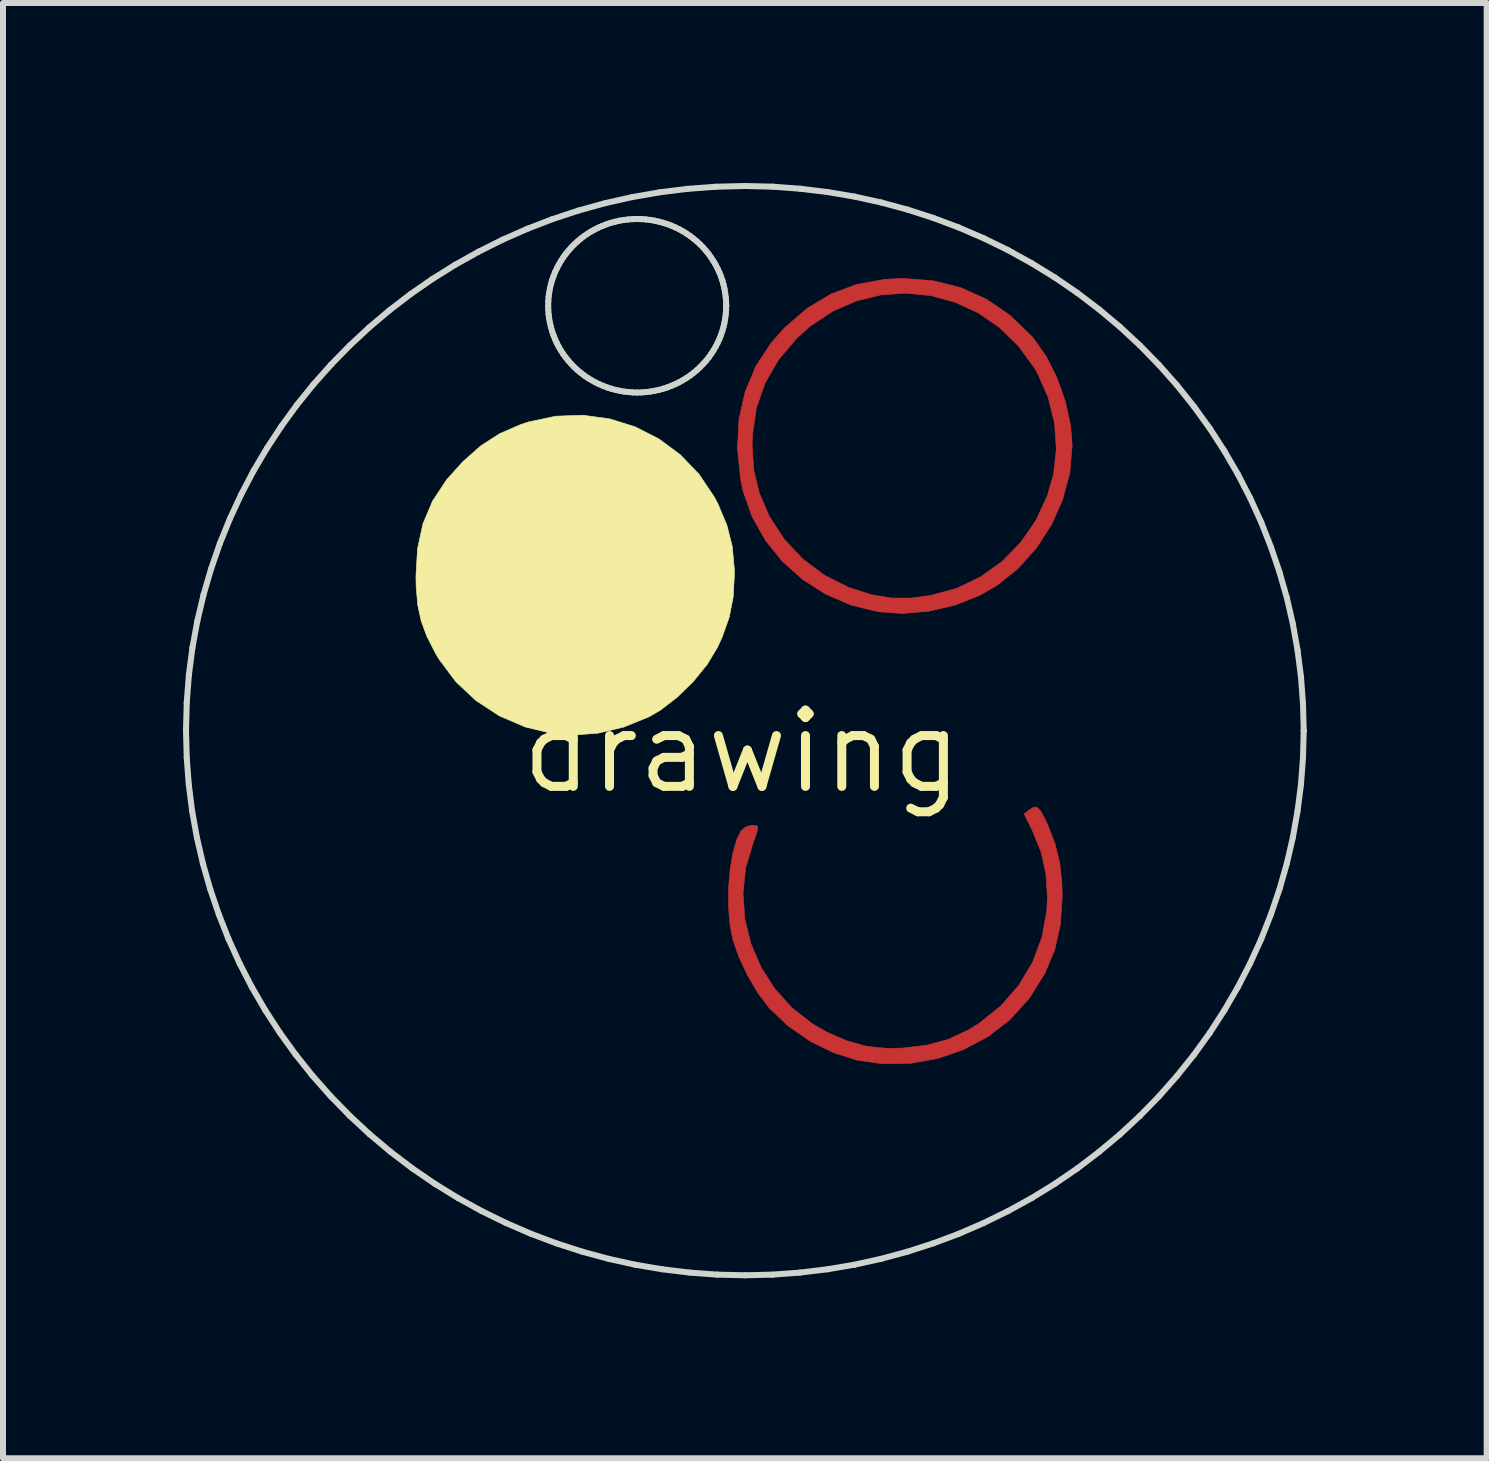
<source format=kicad_pcb>
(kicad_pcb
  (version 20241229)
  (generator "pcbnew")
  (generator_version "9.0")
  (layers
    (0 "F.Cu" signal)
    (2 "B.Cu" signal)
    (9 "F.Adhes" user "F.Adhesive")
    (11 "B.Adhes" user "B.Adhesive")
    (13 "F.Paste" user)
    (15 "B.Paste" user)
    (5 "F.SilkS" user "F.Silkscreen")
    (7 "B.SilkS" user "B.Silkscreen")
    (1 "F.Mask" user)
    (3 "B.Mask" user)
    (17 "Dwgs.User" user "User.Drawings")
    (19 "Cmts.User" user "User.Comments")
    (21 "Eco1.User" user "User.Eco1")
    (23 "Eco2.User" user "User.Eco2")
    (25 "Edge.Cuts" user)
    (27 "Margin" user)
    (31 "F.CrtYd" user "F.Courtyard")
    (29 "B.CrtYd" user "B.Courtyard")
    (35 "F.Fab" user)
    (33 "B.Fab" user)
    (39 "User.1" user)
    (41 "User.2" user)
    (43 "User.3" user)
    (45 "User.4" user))
  (footprint "drawing"
    (layer "F.Cu")
    (at 9.316 9.476)
    (property "Reference" "drawing" (at 0 0 0) (layer "F.SilkS") (effects (font (size 1.27 1.27) (thickness 0.15))))
    (attr through_hole)
    (fp_poly (pts (xy 4.922 0.932) (xy 4.98 0.994) (xy 5.049 1.121) (xy 5.094 1.219) (xy 5.218 1.539) (xy 5.295 1.853) (xy 5.332 2.192) (xy 5.337 2.413) (xy 5.307 2.878) (xy 5.214 3.298) (xy 5.051 3.69) (xy 4.814 4.072) (xy 4.766 4.137) (xy 4.462 4.471) (xy 4.103 4.748) (xy 3.7 4.963) (xy 3.265 5.114) (xy 2.81 5.195) (xy 2.344 5.203) (xy 1.926 5.145) (xy 1.527 5.019) (xy 1.135 4.825) (xy 0.773 4.575) (xy 0.464 4.284) (xy 0.448 4.266) (xy 0.264 4.021) (xy 0.091 3.726) (xy -0.055 3.413) (xy -0.152 3.133) (xy -0.202 2.874) (xy -0.225 2.58) (xy -0.224 2.271) (xy -0.198 1.967) (xy -0.151 1.69) (xy -0.084 1.459) (xy -0.017 1.323) (xy 0.06 1.257) (xy 0.161 1.226) (xy 0.248 1.239) (xy 0.263 1.25) (xy 0.26 1.298) (xy 0.23 1.401) (xy 0.186 1.52) (xy 0.062 1.935) (xy 0.017 2.359) (xy 0.046 2.782) (xy 0.146 3.195) (xy 0.313 3.587) (xy 0.543 3.948) (xy 0.831 4.269) (xy 1.175 4.538) (xy 1.415 4.676) (xy 1.756 4.824) (xy 2.077 4.912) (xy 2.411 4.946) (xy 2.667 4.942) (xy 3.076 4.894) (xy 3.438 4.796) (xy 3.777 4.637) (xy 3.955 4.527) (xy 4.317 4.236) (xy 4.615 3.894) (xy 4.844 3.51) (xy 5.001 3.091) (xy 5.08 2.645) (xy 5.09 2.434) (xy 5.066 2.037) (xy 4.986 1.677) (xy 4.842 1.322) (xy 4.703 1.037) (xy 4.796 0.966) (xy 4.865 0.926) (xy 4.922 0.932)) (stroke (width 0.01) (type solid)) (fill yes) (layer "F.Cu"))
    (fp_poly (pts (xy 3.185 -7.847) (xy 3.649 -7.731) (xy 4.079 -7.537) (xy 4.472 -7.267) (xy 4.828 -6.921) (xy 4.861 -6.883) (xy 5.073 -6.582) (xy 5.252 -6.224) (xy 5.389 -5.836) (xy 5.476 -5.443) (xy 5.503 -5.101) (xy 5.463 -4.646) (xy 5.345 -4.202) (xy 5.159 -3.782) (xy 4.909 -3.395) (xy 4.604 -3.054) (xy 4.25 -2.77) (xy 3.958 -2.602) (xy 3.55 -2.441) (xy 3.114 -2.34) (xy 2.675 -2.302) (xy 2.276 -2.33) (xy 1.821 -2.441) (xy 1.397 -2.623) (xy 1.012 -2.868) (xy 0.674 -3.17) (xy 0.391 -3.521) (xy 0.17 -3.912) (xy 0.019 -4.338) (xy -0.022 -4.53) (xy -0.075 -5.048) (xy -0.072 -5.101) (xy 0.169 -5.101) (xy 0.197 -4.69) (xy 0.287 -4.314) (xy 0.445 -3.943) (xy 0.457 -3.919) (xy 0.702 -3.541) (xy 1.01 -3.212) (xy 1.37 -2.942) (xy 1.77 -2.74) (xy 1.801 -2.728) (xy 2.154 -2.616) (xy 2.48 -2.56) (xy 2.81 -2.558) (xy 3.145 -2.602) (xy 3.579 -2.721) (xy 3.978 -2.913) (xy 4.337 -3.17) (xy 4.646 -3.487) (xy 4.9 -3.854) (xy 5.09 -4.266) (xy 5.191 -4.618) (xy 5.239 -5.041) (xy 5.209 -5.474) (xy 5.104 -5.899) (xy 4.927 -6.302) (xy 4.878 -6.388) (xy 4.607 -6.761) (xy 4.29 -7.069) (xy 3.935 -7.313) (xy 3.551 -7.489) (xy 3.148 -7.599) (xy 2.733 -7.64) (xy 2.317 -7.611) (xy 1.907 -7.511) (xy 1.513 -7.339) (xy 1.143 -7.095) (xy 0.908 -6.884) (xy 0.606 -6.526) (xy 0.385 -6.143) (xy 0.241 -5.73) (xy 0.175 -5.282) (xy 0.169 -5.101) (xy -0.072 -5.101) (xy -0.05 -5.538) (xy 0.053 -5.997) (xy 0.232 -6.423) (xy 0.488 -6.814) (xy 0.716 -7.069) (xy 1.088 -7.388) (xy 1.487 -7.627) (xy 1.916 -7.787) (xy 2.381 -7.871) (xy 2.688 -7.886) (xy 3.185 -7.847)) (stroke (width 0.01) (type solid)) (fill yes) (layer "F.Cu"))
    (fp_poly (pts (xy 2.421 -0.761) (xy 2.763 -0.76) (xy 3.042 -0.758) (xy 3.266 -0.755) (xy 3.441 -0.751) (xy 3.575 -0.745) (xy 3.676 -0.737) (xy 3.749 -0.726) (xy 3.803 -0.713) (xy 3.845 -0.698) (xy 3.883 -0.679) (xy 3.894 -0.672) (xy 4.069 -0.528) (xy 4.184 -0.331) (xy 4.232 -0.094) (xy 4.233 -0.053) (xy 4.194 0.18) (xy 4.077 0.381) (xy 3.898 0.539) (xy 3.755 0.635) (xy 1.507 0.635) (xy -0.741 0.635) (xy -0.902 0.537) (xy -1.083 0.392) (xy -1.189 0.219) (xy -1.226 0.003) (xy -1.227 -0.021) (xy -1.188 -0.265) (xy -1.08 -0.476) (xy -0.911 -0.638) (xy -0.867 -0.665) (xy -0.699 -0.761) (xy 1.518 -0.761) (xy 2.008 -0.761) (xy 2.421 -0.761)) (stroke (width 0.01) (type solid)) (fill yes) (layer "F.Mask"))
    (fp_poly (pts (xy 4.777 1.011) (xy 4.833 1.11) (xy 4.9 1.253) (xy 4.971 1.422) (xy 5.037 1.597) (xy 5.091 1.762) (xy 5.126 1.896) (xy 5.126 1.897) (xy 5.158 2.181) (xy 5.158 2.502) (xy 5.128 2.827) (xy 5.072 3.122) (xy 5.028 3.265) (xy 4.903 3.564) (xy 4.757 3.819) (xy 4.572 4.058) (xy 4.379 4.262) (xy 4.077 4.516) (xy 3.736 4.728) (xy 3.381 4.883) (xy 3.141 4.949) (xy 2.927 4.978) (xy 2.667 4.99) (xy 2.393 4.987) (xy 2.136 4.968) (xy 1.927 4.934) (xy 1.905 4.929) (xy 1.475 4.773) (xy 1.082 4.548) (xy 0.735 4.26) (xy 0.443 3.919) (xy 0.212 3.532) (xy 0.051 3.109) (xy 0.018 2.978) (xy -0.03 2.627) (xy -0.032 2.254) (xy 0.012 1.883) (xy 0.098 1.54) (xy 0.209 1.274) (xy 0.222 1.254) (xy 0.24 1.236) (xy 0.272 1.222) (xy 0.323 1.211) (xy 0.403 1.203) (xy 0.517 1.196) (xy 0.674 1.191) (xy 0.88 1.188) (xy 1.142 1.186) (xy 1.469 1.185) (xy 1.868 1.185) (xy 2.256 1.185) (xy 4.255 1.185) (xy 4.481 1.079) (xy 4.608 1.022) (xy 4.703 0.984) (xy 4.739 0.974) (xy 4.777 1.011)) (stroke (width 0.01) (type solid)) (fill yes) (layer "F.Mask"))
    (fp_poly (pts (xy 4.264 -5.939) (xy 4.491 -5.85) (xy 4.662 -5.7) (xy 4.779 -5.486) (xy 4.8 -5.423) (xy 4.838 -5.151) (xy 4.795 -4.883) (xy 4.674 -4.635) (xy 4.643 -4.593) (xy 4.567 -4.494) (xy 4.517 -4.427) (xy 4.506 -4.411) (xy 4.463 -4.397) (xy 4.368 -4.378) (xy 4.345 -4.374) (xy 4.179 -4.389) (xy 4.018 -4.482) (xy 3.87 -4.648) (xy 3.782 -4.797) (xy 3.671 -5.016) (xy 3.621 -4.847) (xy 3.532 -4.609) (xy 3.429 -4.445) (xy 3.304 -4.347) (xy 3.279 -4.336) (xy 3.143 -4.291) (xy 3.02 -4.286) (xy 2.869 -4.321) (xy 2.845 -4.329) (xy 2.702 -4.413) (xy 2.559 -4.564) (xy 2.429 -4.768) (xy 2.372 -4.887) (xy 2.292 -5.04) (xy 2.186 -5.204) (xy 2.131 -5.277) (xy 2.035 -5.384) (xy 1.973 -5.42) (xy 1.931 -5.379) (xy 1.899 -5.26) (xy 1.889 -5.203) (xy 1.859 -5.092) (xy 1.808 -5.021) (xy 1.723 -4.987) (xy 1.594 -4.989) (xy 1.406 -5.023) (xy 1.206 -5.073) (xy 0.741 -5.196) (xy 0.747 -5.331) (xy 0.756 -5.43) (xy 0.769 -5.482) (xy 0.77 -5.483) (xy 0.815 -5.48) (xy 0.924 -5.459) (xy 1.077 -5.424) (xy 1.187 -5.396) (xy 1.358 -5.352) (xy 1.493 -5.318) (xy 1.576 -5.297) (xy 1.593 -5.293) (xy 1.604 -5.329) (xy 1.623 -5.419) (xy 1.627 -5.442) (xy 1.692 -5.615) (xy 1.807 -5.72) (xy 1.971 -5.757) (xy 1.976 -5.757) (xy 2.074 -5.747) (xy 2.16 -5.706) (xy 2.259 -5.62) (xy 2.321 -5.556) (xy 2.444 -5.404) (xy 2.558 -5.229) (xy 2.613 -5.122) (xy 2.733 -4.883) (xy 2.847 -4.722) (xy 2.959 -4.634) (xy 3.049 -4.614) (xy 3.124 -4.624) (xy 3.184 -4.661) (xy 3.236 -4.74) (xy 3.292 -4.875) (xy 3.345 -5.029) (xy 3.388 -5.183) (xy 3.389 -5.275) (xy 3.341 -5.32) (xy 3.239 -5.333) (xy 3.227 -5.333) (xy 3.161 -5.345) (xy 3.151 -5.387) (xy 3.469 -5.387) (xy 3.505 -5.394) (xy 3.56 -5.421) (xy 3.675 -5.456) (xy 3.777 -5.423) (xy 3.873 -5.318) (xy 3.96 -5.159) (xy 4.062 -4.962) (xy 4.154 -4.812) (xy 4.23 -4.721) (xy 4.271 -4.699) (xy 4.319 -4.727) (xy 4.393 -4.795) (xy 4.4 -4.802) (xy 4.493 -4.956) (xy 4.526 -5.134) (xy 4.501 -5.314) (xy 4.423 -5.474) (xy 4.297 -5.591) (xy 4.253 -5.613) (xy 4.066 -5.665) (xy 3.892 -5.652) (xy 3.707 -5.569) (xy 3.67 -5.547) (xy 3.559 -5.471) (xy 3.49 -5.415) (xy 3.469 -5.387) (xy 3.151 -5.387) (xy 3.148 -5.397) (xy 3.159 -5.45) (xy 3.234 -5.602) (xy 3.373 -5.743) (xy 3.557 -5.86) (xy 3.764 -5.939) (xy 3.975 -5.969) (xy 3.977 -5.969) (xy 4.264 -5.939)) (stroke (width 0.01) (type solid)) (fill yes) (layer "F.Mask"))
    (fp_poly (pts (xy -2.205 -5.545) (xy -1.781 -5.413) (xy -1.385 -5.211) (xy -1.027 -4.946) (xy -0.714 -4.62) (xy -0.458 -4.237) (xy -0.401 -4.128) (xy -0.251 -3.771) (xy -0.163 -3.423) (xy -0.128 -3.047) (xy -0.127 -2.942) (xy -0.147 -2.575) (xy -0.212 -2.241) (xy -0.331 -1.907) (xy -0.409 -1.736) (xy -0.579 -1.454) (xy -0.808 -1.172) (xy -1.075 -0.91) (xy -1.356 -0.693) (xy -1.549 -0.58) (xy -1.969 -0.409) (xy -2.405 -0.306) (xy -2.839 -0.274) (xy -3.153 -0.299) (xy -3.615 -0.411) (xy -4.045 -0.596) (xy -4.432 -0.849) (xy -4.769 -1.165) (xy -5.048 -1.538) (xy -5.108 -1.639) (xy -5.251 -1.919) (xy -5.347 -2.178) (xy -5.404 -2.444) (xy -5.43 -2.748) (xy -5.434 -2.921) (xy -5.407 -3.383) (xy -5.317 -3.796) (xy -5.158 -4.173) (xy -4.925 -4.527) (xy -4.658 -4.826) (xy -4.353 -5.096) (xy -4.038 -5.299) (xy -3.687 -5.451) (xy -3.556 -5.494) (xy -3.102 -5.59) (xy -2.649 -5.606) (xy -2.205 -5.545)) (stroke (width 0.01) (type solid)) (fill yes) (layer "F.SilkS"))
    (fp_line (start -9.266 -0.349) (end -9.254 -0.816) (stroke (width 0.1) (type solid)) (layer "Edge.Cuts"))
    (fp_line (start -9.254 0.101) (end -9.266 -0.349) (stroke (width 0.1) (type solid)) (layer "Edge.Cuts"))
    (fp_line (start -9.254 -0.816) (end -9.218 -1.277) (stroke (width 0.1) (type solid)) (layer "Edge.Cuts"))
    (fp_line (start -9.22 0.548) (end -9.254 0.101) (stroke (width 0.1) (type solid)) (layer "Edge.Cuts"))
    (fp_line (start -9.218 -1.277) (end -9.159 -1.731) (stroke (width 0.1) (type solid)) (layer "Edge.Cuts"))
    (fp_line (start -9.164 0.991) (end -9.22 0.548) (stroke (width 0.1) (type solid)) (layer "Edge.Cuts"))
    (fp_line (start -9.159 -1.731) (end -9.077 -2.178) (stroke (width 0.1) (type solid)) (layer "Edge.Cuts"))
    (fp_line (start -9.085 1.43) (end -9.164 0.991) (stroke (width 0.1) (type solid)) (layer "Edge.Cuts"))
    (fp_line (start -9.077 -2.178) (end -8.973 -2.617) (stroke (width 0.1) (type solid)) (layer "Edge.Cuts"))
    (fp_line (start -8.985 1.863) (end -9.085 1.43) (stroke (width 0.1) (type solid)) (layer "Edge.Cuts"))
    (fp_line (start -8.973 -2.617) (end -8.847 -3.048) (stroke (width 0.1) (type solid)) (layer "Edge.Cuts"))
    (fp_line (start -8.863 2.291) (end -8.985 1.863) (stroke (width 0.1) (type solid)) (layer "Edge.Cuts"))
    (fp_line (start -8.847 -3.048) (end -8.701 -3.47) (stroke (width 0.1) (type solid)) (layer "Edge.Cuts"))
    (fp_line (start -8.72 2.711) (end -8.863 2.291) (stroke (width 0.1) (type solid)) (layer "Edge.Cuts"))
    (fp_line (start -8.701 -3.47) (end -8.534 -3.882) (stroke (width 0.1) (type solid)) (layer "Edge.Cuts"))
    (fp_line (start -8.557 3.125) (end -8.72 2.711) (stroke (width 0.1) (type solid)) (layer "Edge.Cuts"))
    (fp_line (start -8.534 -3.882) (end -8.347 -4.284) (stroke (width 0.1) (type solid)) (layer "Edge.Cuts"))
    (fp_line (start -8.373 3.529) (end -8.557 3.125) (stroke (width 0.1) (type solid)) (layer "Edge.Cuts"))
    (fp_line (start -8.347 -4.284) (end -8.142 -4.676) (stroke (width 0.1) (type solid)) (layer "Edge.Cuts"))
    (fp_line (start -8.169 3.925) (end -8.373 3.529) (stroke (width 0.1) (type solid)) (layer "Edge.Cuts"))
    (fp_line (start -8.142 -4.676) (end -7.917 -5.056) (stroke (width 0.1) (type solid)) (layer "Edge.Cuts"))
    (fp_line (start -7.945 4.311) (end -8.169 3.925) (stroke (width 0.1) (type solid)) (layer "Edge.Cuts"))
    (fp_line (start -7.917 -5.056) (end -7.675 -5.424) (stroke (width 0.1) (type solid)) (layer "Edge.Cuts"))
    (fp_line (start -7.701 4.687) (end -7.945 4.311) (stroke (width 0.1) (type solid)) (layer "Edge.Cuts"))
    (fp_line (start -7.675 -5.424) (end -7.416 -5.78) (stroke (width 0.1) (type solid)) (layer "Edge.Cuts"))
    (fp_line (start -7.438 5.051) (end -7.701 4.687) (stroke (width 0.1) (type solid)) (layer "Edge.Cuts"))
    (fp_line (start -7.416 -5.78) (end -7.139 -6.123) (stroke (width 0.1) (type solid)) (layer "Edge.Cuts"))
    (fp_line (start -7.157 5.403) (end -7.438 5.051) (stroke (width 0.1) (type solid)) (layer "Edge.Cuts"))
    (fp_line (start -7.139 -6.123) (end -6.846 -6.452) (stroke (width 0.1) (type solid)) (layer "Edge.Cuts"))
    (fp_line (start -6.856 5.743) (end -7.157 5.403) (stroke (width 0.1) (type solid)) (layer "Edge.Cuts"))
    (fp_line (start -6.846 -6.452) (end -6.538 -6.767) (stroke (width 0.1) (type solid)) (layer "Edge.Cuts"))
    (fp_line (start -6.538 -6.767) (end -6.214 -7.068) (stroke (width 0.1) (type solid)) (layer "Edge.Cuts"))
    (fp_line (start -6.538 6.069) (end -6.856 5.743) (stroke (width 0.1) (type solid)) (layer "Edge.Cuts"))
    (fp_line (start -6.214 -7.068) (end -5.877 -7.353) (stroke (width 0.1) (type solid)) (layer "Edge.Cuts"))
    (fp_line (start -6.203 6.38) (end -6.538 6.069) (stroke (width 0.1) (type solid)) (layer "Edge.Cuts"))
    (fp_line (start -5.877 -7.353) (end -5.525 -7.623) (stroke (width 0.1) (type solid)) (layer "Edge.Cuts"))
    (fp_line (start -5.855 6.672) (end -6.203 6.38) (stroke (width 0.1) (type solid)) (layer "Edge.Cuts"))
    (fp_line (start -5.525 -7.623) (end -5.16 -7.876) (stroke (width 0.1) (type solid)) (layer "Edge.Cuts"))
    (fp_line (start -5.493 6.947) (end -5.855 6.672) (stroke (width 0.1) (type solid)) (layer "Edge.Cuts"))
    (fp_line (start -5.16 -7.876) (end -4.782 -8.112) (stroke (width 0.1) (type solid)) (layer "Edge.Cuts"))
    (fp_line (start -5.119 7.203) (end -5.493 6.947) (stroke (width 0.1) (type solid)) (layer "Edge.Cuts"))
    (fp_line (start -4.782 -8.112) (end -4.392 -8.33) (stroke (width 0.1) (type solid)) (layer "Edge.Cuts"))
    (fp_line (start -4.734 7.44) (end -5.119 7.203) (stroke (width 0.1) (type solid)) (layer "Edge.Cuts"))
    (fp_line (start -4.392 -8.33) (end -3.99 -8.531) (stroke (width 0.1) (type solid)) (layer "Edge.Cuts"))
    (fp_line (start -4.338 7.658) (end -4.734 7.44) (stroke (width 0.1) (type solid)) (layer "Edge.Cuts"))
    (fp_line (start -3.99 -8.531) (end -3.577 -8.713) (stroke (width 0.1) (type solid)) (layer "Edge.Cuts"))
    (fp_line (start -3.932 7.857) (end -4.338 7.658) (stroke (width 0.1) (type solid)) (layer "Edge.Cuts"))
    (fp_line (start -3.577 -8.713) (end -3.155 -8.875) (stroke (width 0.1) (type solid)) (layer "Edge.Cuts"))
    (fp_line (start -3.516 8.037) (end -3.932 7.857) (stroke (width 0.1) (type solid)) (layer "Edge.Cuts"))
    (fp_line (start -3.23 -7.43) (end -3.228 -7.505) (stroke (width 0.1) (type solid)) (layer "Edge.Cuts"))
    (fp_line (start -3.228 -7.359) (end -3.23 -7.43) (stroke (width 0.1) (type solid)) (layer "Edge.Cuts"))
    (fp_line (start -3.228 -7.505) (end -3.223 -7.578) (stroke (width 0.1) (type solid)) (layer "Edge.Cuts"))
    (fp_line (start -3.223 -7.287) (end -3.228 -7.359) (stroke (width 0.1) (type solid)) (layer "Edge.Cuts"))
    (fp_line (start -3.223 -7.578) (end -3.213 -7.65) (stroke (width 0.1) (type solid)) (layer "Edge.Cuts"))
    (fp_line (start -3.214 -7.217) (end -3.223 -7.287) (stroke (width 0.1) (type solid)) (layer "Edge.Cuts"))
    (fp_line (start -3.213 -7.65) (end -3.2 -7.722) (stroke (width 0.1) (type solid)) (layer "Edge.Cuts"))
    (fp_line (start -3.201 -7.147) (end -3.214 -7.217) (stroke (width 0.1) (type solid)) (layer "Edge.Cuts"))
    (fp_line (start -3.2 -7.722) (end -3.184 -7.792) (stroke (width 0.1) (type solid)) (layer "Edge.Cuts"))
    (fp_line (start -3.185 -7.078) (end -3.201 -7.147) (stroke (width 0.1) (type solid)) (layer "Edge.Cuts"))
    (fp_line (start -3.184 -7.792) (end -3.164 -7.86) (stroke (width 0.1) (type solid)) (layer "Edge.Cuts"))
    (fp_line (start -3.166 -7.01) (end -3.185 -7.078) (stroke (width 0.1) (type solid)) (layer "Edge.Cuts"))
    (fp_line (start -3.164 -7.86) (end -3.14 -7.927) (stroke (width 0.1) (type solid)) (layer "Edge.Cuts"))
    (fp_line (start -3.155 -8.875) (end -2.722 -9.018) (stroke (width 0.1) (type solid)) (layer "Edge.Cuts"))
    (fp_line (start -3.143 -6.943) (end -3.166 -7.01) (stroke (width 0.1) (type solid)) (layer "Edge.Cuts"))
    (fp_line (start -3.14 -7.927) (end -3.114 -7.993) (stroke (width 0.1) (type solid)) (layer "Edge.Cuts"))
    (fp_line (start -3.117 -6.877) (end -3.143 -6.943) (stroke (width 0.1) (type solid)) (layer "Edge.Cuts"))
    (fp_line (start -3.114 -7.993) (end -3.084 -8.057) (stroke (width 0.1) (type solid)) (layer "Edge.Cuts"))
    (fp_line (start -3.092 8.196) (end -3.516 8.037) (stroke (width 0.1) (type solid)) (layer "Edge.Cuts"))
    (fp_line (start -3.088 -6.812) (end -3.117 -6.877) (stroke (width 0.1) (type solid)) (layer "Edge.Cuts"))
    (fp_line (start -3.084 -8.057) (end -3.051 -8.119) (stroke (width 0.1) (type solid)) (layer "Edge.Cuts"))
    (fp_line (start -3.055 -6.749) (end -3.088 -6.812) (stroke (width 0.1) (type solid)) (layer "Edge.Cuts"))
    (fp_line (start -3.051 -8.119) (end -3.015 -8.18) (stroke (width 0.1) (type solid)) (layer "Edge.Cuts"))
    (fp_line (start -3.02 -6.688) (end -3.055 -6.749) (stroke (width 0.1) (type solid)) (layer "Edge.Cuts"))
    (fp_line (start -3.015 -8.18) (end -2.977 -8.239) (stroke (width 0.1) (type solid)) (layer "Edge.Cuts"))
    (fp_line (start -2.981 -6.628) (end -3.02 -6.688) (stroke (width 0.1) (type solid)) (layer "Edge.Cuts"))
    (fp_line (start -2.977 -8.239) (end -2.936 -8.295) (stroke (width 0.1) (type solid)) (layer "Edge.Cuts"))
    (fp_line (start -2.939 -6.57) (end -2.981 -6.628) (stroke (width 0.1) (type solid)) (layer "Edge.Cuts"))
    (fp_line (start -2.936 -8.295) (end -2.891 -8.35) (stroke (width 0.1) (type solid)) (layer "Edge.Cuts"))
    (fp_line (start -2.894 -6.514) (end -2.939 -6.57) (stroke (width 0.1) (type solid)) (layer "Edge.Cuts"))
    (fp_line (start -2.891 -8.35) (end -2.845 -8.402) (stroke (width 0.1) (type solid)) (layer "Edge.Cuts"))
    (fp_line (start -2.846 -6.46) (end -2.894 -6.514) (stroke (width 0.1) (type solid)) (layer "Edge.Cuts"))
    (fp_line (start -2.845 -8.402) (end -2.796 -8.452) (stroke (width 0.1) (type solid)) (layer "Edge.Cuts"))
    (fp_line (start -2.796 -8.452) (end -2.744 -8.5) (stroke (width 0.1) (type solid)) (layer "Edge.Cuts"))
    (fp_line (start -2.796 -6.408) (end -2.846 -6.46) (stroke (width 0.1) (type solid)) (layer "Edge.Cuts"))
    (fp_line (start -2.744 -8.5) (end -2.69 -8.546) (stroke (width 0.1) (type solid)) (layer "Edge.Cuts"))
    (fp_line (start -2.742 -6.358) (end -2.796 -6.408) (stroke (width 0.1) (type solid)) (layer "Edge.Cuts"))
    (fp_line (start -2.722 -9.018) (end -2.28 -9.14) (stroke (width 0.1) (type solid)) (layer "Edge.Cuts"))
    (fp_line (start -2.69 -8.546) (end -2.634 -8.589) (stroke (width 0.1) (type solid)) (layer "Edge.Cuts"))
    (fp_line (start -2.687 -6.312) (end -2.742 -6.358) (stroke (width 0.1) (type solid)) (layer "Edge.Cuts"))
    (fp_line (start -2.661 8.335) (end -3.092 8.196) (stroke (width 0.1) (type solid)) (layer "Edge.Cuts"))
    (fp_line (start -2.634 -8.589) (end -2.576 -8.629) (stroke (width 0.1) (type solid)) (layer "Edge.Cuts"))
    (fp_line (start -2.629 -6.268) (end -2.687 -6.312) (stroke (width 0.1) (type solid)) (layer "Edge.Cuts"))
    (fp_line (start -2.576 -8.629) (end -2.516 -8.667) (stroke (width 0.1) (type solid)) (layer "Edge.Cuts"))
    (fp_line (start -2.57 -6.227) (end -2.629 -6.268) (stroke (width 0.1) (type solid)) (layer "Edge.Cuts"))
    (fp_line (start -2.516 -8.667) (end -2.454 -8.701) (stroke (width 0.1) (type solid)) (layer "Edge.Cuts"))
    (fp_line (start -2.508 -6.19) (end -2.57 -6.227) (stroke (width 0.1) (type solid)) (layer "Edge.Cuts"))
    (fp_line (start -2.454 -8.701) (end -2.39 -8.733) (stroke (width 0.1) (type solid)) (layer "Edge.Cuts"))
    (fp_line (start -2.445 -6.155) (end -2.508 -6.19) (stroke (width 0.1) (type solid)) (layer "Edge.Cuts"))
    (fp_line (start -2.39 -8.733) (end -2.324 -8.762) (stroke (width 0.1) (type solid)) (layer "Edge.Cuts"))
    (fp_line (start -2.381 -6.123) (end -2.445 -6.155) (stroke (width 0.1) (type solid)) (layer "Edge.Cuts"))
    (fp_line (start -2.324 -8.762) (end -2.257 -8.788) (stroke (width 0.1) (type solid)) (layer "Edge.Cuts"))
    (fp_line (start -2.314 -6.095) (end -2.381 -6.123) (stroke (width 0.1) (type solid)) (layer "Edge.Cuts"))
    (fp_line (start -2.28 -9.14) (end -1.829 -9.241) (stroke (width 0.1) (type solid)) (layer "Edge.Cuts"))
    (fp_line (start -2.257 -8.788) (end -2.188 -8.811) (stroke (width 0.1) (type solid)) (layer "Edge.Cuts"))
    (fp_line (start -2.247 -6.069) (end -2.314 -6.095) (stroke (width 0.1) (type solid)) (layer "Edge.Cuts"))
    (fp_line (start -2.222 8.454) (end -2.661 8.335) (stroke (width 0.1) (type solid)) (layer "Edge.Cuts"))
    (fp_line (start -2.188 -8.811) (end -2.118 -8.83) (stroke (width 0.1) (type solid)) (layer "Edge.Cuts"))
    (fp_line (start -2.178 -6.047) (end -2.247 -6.069) (stroke (width 0.1) (type solid)) (layer "Edge.Cuts"))
    (fp_line (start -2.118 -8.83) (end -2.046 -8.847) (stroke (width 0.1) (type solid)) (layer "Edge.Cuts"))
    (fp_line (start -2.108 -6.028) (end -2.178 -6.047) (stroke (width 0.1) (type solid)) (layer "Edge.Cuts"))
    (fp_line (start -2.046 -8.847) (end -1.973 -8.859) (stroke (width 0.1) (type solid)) (layer "Edge.Cuts"))
    (fp_line (start -2.038 -6.013) (end -2.108 -6.028) (stroke (width 0.1) (type solid)) (layer "Edge.Cuts"))
    (fp_line (start -1.973 -8.859) (end -1.898 -8.868) (stroke (width 0.1) (type solid)) (layer "Edge.Cuts"))
    (fp_line (start -1.966 -6) (end -2.038 -6.013) (stroke (width 0.1) (type solid)) (layer "Edge.Cuts"))
    (fp_line (start -1.898 -8.868) (end -1.823 -8.874) (stroke (width 0.1) (type solid)) (layer "Edge.Cuts"))
    (fp_line (start -1.893 -5.992) (end -1.966 -6) (stroke (width 0.1) (type solid)) (layer "Edge.Cuts"))
    (fp_line (start -1.829 -9.241) (end -1.371 -9.321) (stroke (width 0.1) (type solid)) (layer "Edge.Cuts"))
    (fp_line (start -1.823 -8.874) (end -1.747 -8.876) (stroke (width 0.1) (type solid)) (layer "Edge.Cuts"))
    (fp_line (start -1.82 -5.986) (end -1.893 -5.992) (stroke (width 0.1) (type solid)) (layer "Edge.Cuts"))
    (fp_line (start -1.778 8.552) (end -2.222 8.454) (stroke (width 0.1) (type solid)) (layer "Edge.Cuts"))
    (fp_line (start -1.747 -5.984) (end -1.82 -5.986) (stroke (width 0.1) (type solid)) (layer "Edge.Cuts"))
    (fp_line (start -1.747 -8.876) (end -1.673 -8.874) (stroke (width 0.1) (type solid)) (layer "Edge.Cuts"))
    (fp_line (start -1.673 -5.986) (end -1.747 -5.984) (stroke (width 0.1) (type solid)) (layer "Edge.Cuts"))
    (fp_line (start -1.673 -8.874) (end -1.6 -8.869) (stroke (width 0.1) (type solid)) (layer "Edge.Cuts"))
    (fp_line (start -1.6 -5.992) (end -1.673 -5.986) (stroke (width 0.1) (type solid)) (layer "Edge.Cuts"))
    (fp_line (start -1.6 -8.869) (end -1.528 -8.86) (stroke (width 0.1) (type solid)) (layer "Edge.Cuts"))
    (fp_line (start -1.528 -6) (end -1.6 -5.992) (stroke (width 0.1) (type solid)) (layer "Edge.Cuts"))
    (fp_line (start -1.528 -8.86) (end -1.456 -8.848) (stroke (width 0.1) (type solid)) (layer "Edge.Cuts"))
    (fp_line (start -1.456 -6.013) (end -1.528 -6) (stroke (width 0.1) (type solid)) (layer "Edge.Cuts"))
    (fp_line (start -1.456 -8.848) (end -1.385 -8.832) (stroke (width 0.1) (type solid)) (layer "Edge.Cuts"))
    (fp_line (start -1.385 -6.028) (end -1.456 -6.013) (stroke (width 0.1) (type solid)) (layer "Edge.Cuts"))
    (fp_line (start -1.385 -8.832) (end -1.315 -8.813) (stroke (width 0.1) (type solid)) (layer "Edge.Cuts"))
    (fp_line (start -1.371 -9.321) (end -0.904 -9.379) (stroke (width 0.1) (type solid)) (layer "Edge.Cuts"))
    (fp_line (start -1.328 8.628) (end -1.778 8.552) (stroke (width 0.1) (type solid)) (layer "Edge.Cuts"))
    (fp_line (start -1.315 -6.047) (end -1.385 -6.028) (stroke (width 0.1) (type solid)) (layer "Edge.Cuts"))
    (fp_line (start -1.315 -8.813) (end -1.247 -8.791) (stroke (width 0.1) (type solid)) (layer "Edge.Cuts"))
    (fp_line (start -1.247 -6.069) (end -1.315 -6.047) (stroke (width 0.1) (type solid)) (layer "Edge.Cuts"))
    (fp_line (start -1.247 -8.791) (end -1.179 -8.766) (stroke (width 0.1) (type solid)) (layer "Edge.Cuts"))
    (fp_line (start -1.179 -6.095) (end -1.247 -6.069) (stroke (width 0.1) (type solid)) (layer "Edge.Cuts"))
    (fp_line (start -1.179 -8.766) (end -1.113 -8.737) (stroke (width 0.1) (type solid)) (layer "Edge.Cuts"))
    (fp_line (start -1.113 -6.123) (end -1.179 -6.095) (stroke (width 0.1) (type solid)) (layer "Edge.Cuts"))
    (fp_line (start -1.113 -8.737) (end -1.048 -8.706) (stroke (width 0.1) (type solid)) (layer "Edge.Cuts"))
    (fp_line (start -1.048 -6.155) (end -1.113 -6.123) (stroke (width 0.1) (type solid)) (layer "Edge.Cuts"))
    (fp_line (start -1.048 -8.706) (end -0.985 -8.671) (stroke (width 0.1) (type solid)) (layer "Edge.Cuts"))
    (fp_line (start -0.985 -6.19) (end -1.048 -6.155) (stroke (width 0.1) (type solid)) (layer "Edge.Cuts"))
    (fp_line (start -0.985 -8.671) (end -0.924 -8.633) (stroke (width 0.1) (type solid)) (layer "Edge.Cuts"))
    (fp_line (start -0.924 -6.227) (end -0.985 -6.19) (stroke (width 0.1) (type solid)) (layer "Edge.Cuts"))
    (fp_line (start -0.924 -8.633) (end -0.864 -8.592) (stroke (width 0.1) (type solid)) (layer "Edge.Cuts"))
    (fp_line (start -0.904 -9.379) (end -0.431 -9.414) (stroke (width 0.1) (type solid)) (layer "Edge.Cuts"))
    (fp_line (start -0.873 8.683) (end -1.328 8.628) (stroke (width 0.1) (type solid)) (layer "Edge.Cuts"))
    (fp_line (start -0.864 -6.268) (end -0.924 -6.227) (stroke (width 0.1) (type solid)) (layer "Edge.Cuts"))
    (fp_line (start -0.864 -8.592) (end -0.807 -8.548) (stroke (width 0.1) (type solid)) (layer "Edge.Cuts"))
    (fp_line (start -0.807 -6.312) (end -0.864 -6.268) (stroke (width 0.1) (type solid)) (layer "Edge.Cuts"))
    (fp_line (start -0.807 -8.548) (end -0.751 -8.502) (stroke (width 0.1) (type solid)) (layer "Edge.Cuts"))
    (fp_line (start -0.751 -6.358) (end -0.807 -6.312) (stroke (width 0.1) (type solid)) (layer "Edge.Cuts"))
    (fp_line (start -0.751 -8.502) (end -0.698 -8.452) (stroke (width 0.1) (type solid)) (layer "Edge.Cuts"))
    (fp_line (start -0.698 -6.408) (end -0.751 -6.358) (stroke (width 0.1) (type solid)) (layer "Edge.Cuts"))
    (fp_line (start -0.698 -8.452) (end -0.647 -8.401) (stroke (width 0.1) (type solid)) (layer "Edge.Cuts"))
    (fp_line (start -0.647 -6.46) (end -0.698 -6.408) (stroke (width 0.1) (type solid)) (layer "Edge.Cuts"))
    (fp_line (start -0.647 -8.401) (end -0.599 -8.346) (stroke (width 0.1) (type solid)) (layer "Edge.Cuts"))
    (fp_line (start -0.599 -6.514) (end -0.647 -6.46) (stroke (width 0.1) (type solid)) (layer "Edge.Cuts"))
    (fp_line (start -0.599 -8.346) (end -0.554 -8.29) (stroke (width 0.1) (type solid)) (layer "Edge.Cuts"))
    (fp_line (start -0.554 -6.57) (end -0.599 -6.514) (stroke (width 0.1) (type solid)) (layer "Edge.Cuts"))
    (fp_line (start -0.554 -8.29) (end -0.513 -8.232) (stroke (width 0.1) (type solid)) (layer "Edge.Cuts"))
    (fp_line (start -0.513 -6.628) (end -0.554 -6.57) (stroke (width 0.1) (type solid)) (layer "Edge.Cuts"))
    (fp_line (start -0.513 -8.232) (end -0.474 -8.172) (stroke (width 0.1) (type solid)) (layer "Edge.Cuts"))
    (fp_line (start -0.474 -6.688) (end -0.513 -6.628) (stroke (width 0.1) (type solid)) (layer "Edge.Cuts"))
    (fp_line (start -0.474 -8.172) (end -0.438 -8.111) (stroke (width 0.1) (type solid)) (layer "Edge.Cuts"))
    (fp_line (start -0.438 -6.749) (end -0.474 -6.688) (stroke (width 0.1) (type solid)) (layer "Edge.Cuts"))
    (fp_line (start -0.438 -8.111) (end -0.406 -8.048) (stroke (width 0.1) (type solid)) (layer "Edge.Cuts"))
    (fp_line (start -0.431 -9.414) (end 0.048 -9.426) (stroke (width 0.1) (type solid)) (layer "Edge.Cuts"))
    (fp_line (start -0.414 8.717) (end -0.873 8.683) (stroke (width 0.1) (type solid)) (layer "Edge.Cuts"))
    (fp_line (start -0.406 -6.812) (end -0.438 -6.749) (stroke (width 0.1) (type solid)) (layer "Edge.Cuts"))
    (fp_line (start -0.406 -8.048) (end -0.376 -7.983) (stroke (width 0.1) (type solid)) (layer "Edge.Cuts"))
    (fp_line (start -0.376 -6.877) (end -0.406 -6.812) (stroke (width 0.1) (type solid)) (layer "Edge.Cuts"))
    (fp_line (start -0.376 -7.983) (end -0.35 -7.918) (stroke (width 0.1) (type solid)) (layer "Edge.Cuts"))
    (fp_line (start -0.35 -6.943) (end -0.376 -6.877) (stroke (width 0.1) (type solid)) (layer "Edge.Cuts"))
    (fp_line (start -0.35 -7.918) (end -0.327 -7.851) (stroke (width 0.1) (type solid)) (layer "Edge.Cuts"))
    (fp_line (start -0.327 -7.851) (end -0.308 -7.783) (stroke (width 0.1) (type solid)) (layer "Edge.Cuts"))
    (fp_line (start -0.327 -7.01) (end -0.35 -6.943) (stroke (width 0.1) (type solid)) (layer "Edge.Cuts"))
    (fp_line (start -0.308 -7.783) (end -0.292 -7.714) (stroke (width 0.1) (type solid)) (layer "Edge.Cuts"))
    (fp_line (start -0.308 -7.078) (end -0.327 -7.01) (stroke (width 0.1) (type solid)) (layer "Edge.Cuts"))
    (fp_line (start -0.292 -7.147) (end -0.308 -7.078) (stroke (width 0.1) (type solid)) (layer "Edge.Cuts"))
    (fp_line (start -0.292 -7.714) (end -0.28 -7.644) (stroke (width 0.1) (type solid)) (layer "Edge.Cuts"))
    (fp_line (start -0.28 -7.217) (end -0.292 -7.147) (stroke (width 0.1) (type solid)) (layer "Edge.Cuts"))
    (fp_line (start -0.28 -7.644) (end -0.271 -7.573) (stroke (width 0.1) (type solid)) (layer "Edge.Cuts"))
    (fp_line (start -0.271 -7.287) (end -0.28 -7.217) (stroke (width 0.1) (type solid)) (layer "Edge.Cuts"))
    (fp_line (start -0.271 -7.573) (end -0.265 -7.502) (stroke (width 0.1) (type solid)) (layer "Edge.Cuts"))
    (fp_line (start -0.265 -7.359) (end -0.271 -7.287) (stroke (width 0.1) (type solid)) (layer "Edge.Cuts"))
    (fp_line (start -0.265 -7.502) (end -0.263 -7.43) (stroke (width 0.1) (type solid)) (layer "Edge.Cuts"))
    (fp_line (start -0.263 -7.43) (end -0.265 -7.359) (stroke (width 0.1) (type solid)) (layer "Edge.Cuts"))
    (fp_line (start -0.263 -7.43) (end -0.263 -7.43) (stroke (width 0.1) (type solid)) (layer "Edge.Cuts"))
    (fp_line (start -0.263 -7.43) (end -0.263 -7.43) (stroke (width 0.1) (type solid)) (layer "Edge.Cuts"))
    (fp_line (start 0.048 -9.426) (end 0.51 -9.415) (stroke (width 0.1) (type solid)) (layer "Edge.Cuts"))
    (fp_line (start 0.048 8.728) (end -0.414 8.717) (stroke (width 0.1) (type solid)) (layer "Edge.Cuts"))
    (fp_line (start 0.51 -9.415) (end 0.968 -9.381) (stroke (width 0.1) (type solid)) (layer "Edge.Cuts"))
    (fp_line (start 0.51 8.717) (end 0.048 8.728) (stroke (width 0.1) (type solid)) (layer "Edge.Cuts"))
    (fp_line (start 0.968 -9.381) (end 1.423 -9.326) (stroke (width 0.1) (type solid)) (layer "Edge.Cuts"))
    (fp_line (start 0.968 8.683) (end 0.51 8.717) (stroke (width 0.1) (type solid)) (layer "Edge.Cuts"))
    (fp_line (start 1.423 -9.326) (end 1.873 -9.25) (stroke (width 0.1) (type solid)) (layer "Edge.Cuts"))
    (fp_line (start 1.423 8.628) (end 0.968 8.683) (stroke (width 0.1) (type solid)) (layer "Edge.Cuts"))
    (fp_line (start 1.873 -9.25) (end 2.318 -9.152) (stroke (width 0.1) (type solid)) (layer "Edge.Cuts"))
    (fp_line (start 1.873 8.552) (end 1.423 8.628) (stroke (width 0.1) (type solid)) (layer "Edge.Cuts"))
    (fp_line (start 2.318 -9.152) (end 2.757 -9.033) (stroke (width 0.1) (type solid)) (layer "Edge.Cuts"))
    (fp_line (start 2.318 8.454) (end 1.873 8.552) (stroke (width 0.1) (type solid)) (layer "Edge.Cuts"))
    (fp_line (start 2.757 -9.033) (end 3.188 -8.894) (stroke (width 0.1) (type solid)) (layer "Edge.Cuts"))
    (fp_line (start 2.757 8.335) (end 2.318 8.454) (stroke (width 0.1) (type solid)) (layer "Edge.Cuts"))
    (fp_line (start 3.188 -8.894) (end 3.612 -8.735) (stroke (width 0.1) (type solid)) (layer "Edge.Cuts"))
    (fp_line (start 3.188 8.196) (end 2.757 8.335) (stroke (width 0.1) (type solid)) (layer "Edge.Cuts"))
    (fp_line (start 3.612 -8.735) (end 4.027 -8.556) (stroke (width 0.1) (type solid)) (layer "Edge.Cuts"))
    (fp_line (start 3.612 8.037) (end 3.188 8.196) (stroke (width 0.1) (type solid)) (layer "Edge.Cuts"))
    (fp_line (start 4.027 -8.556) (end 4.434 -8.357) (stroke (width 0.1) (type solid)) (layer "Edge.Cuts"))
    (fp_line (start 4.027 7.857) (end 3.612 8.037) (stroke (width 0.1) (type solid)) (layer "Edge.Cuts"))
    (fp_line (start 4.434 -8.357) (end 4.83 -8.138) (stroke (width 0.1) (type solid)) (layer "Edge.Cuts"))
    (fp_line (start 4.434 7.658) (end 4.027 7.857) (stroke (width 0.1) (type solid)) (layer "Edge.Cuts"))
    (fp_line (start 4.83 -8.138) (end 5.215 -7.901) (stroke (width 0.1) (type solid)) (layer "Edge.Cuts"))
    (fp_line (start 4.83 7.44) (end 4.434 7.658) (stroke (width 0.1) (type solid)) (layer "Edge.Cuts"))
    (fp_line (start 5.215 -7.901) (end 5.589 -7.645) (stroke (width 0.1) (type solid)) (layer "Edge.Cuts"))
    (fp_line (start 5.215 7.203) (end 4.83 7.44) (stroke (width 0.1) (type solid)) (layer "Edge.Cuts"))
    (fp_line (start 5.589 -7.645) (end 5.95 -7.37) (stroke (width 0.1) (type solid)) (layer "Edge.Cuts"))
    (fp_line (start 5.589 6.947) (end 5.215 7.203) (stroke (width 0.1) (type solid)) (layer "Edge.Cuts"))
    (fp_line (start 5.95 -7.37) (end 6.299 -7.078) (stroke (width 0.1) (type solid)) (layer "Edge.Cuts"))
    (fp_line (start 5.95 6.672) (end 5.589 6.947) (stroke (width 0.1) (type solid)) (layer "Edge.Cuts"))
    (fp_line (start 6.299 -7.078) (end 6.634 -6.767) (stroke (width 0.1) (type solid)) (layer "Edge.Cuts"))
    (fp_line (start 6.299 6.38) (end 5.95 6.672) (stroke (width 0.1) (type solid)) (layer "Edge.Cuts"))
    (fp_line (start 6.634 -6.767) (end 6.952 -6.441) (stroke (width 0.1) (type solid)) (layer "Edge.Cuts"))
    (fp_line (start 6.634 6.069) (end 6.299 6.38) (stroke (width 0.1) (type solid)) (layer "Edge.Cuts"))
    (fp_line (start 6.952 -6.441) (end 7.252 -6.102) (stroke (width 0.1) (type solid)) (layer "Edge.Cuts"))
    (fp_line (start 6.952 5.743) (end 6.634 6.069) (stroke (width 0.1) (type solid)) (layer "Edge.Cuts"))
    (fp_line (start 7.252 -6.102) (end 7.534 -5.749) (stroke (width 0.1) (type solid)) (layer "Edge.Cuts"))
    (fp_line (start 7.252 5.403) (end 6.952 5.743) (stroke (width 0.1) (type solid)) (layer "Edge.Cuts"))
    (fp_line (start 7.534 -5.749) (end 7.797 -5.385) (stroke (width 0.1) (type solid)) (layer "Edge.Cuts"))
    (fp_line (start 7.534 5.051) (end 7.252 5.403) (stroke (width 0.1) (type solid)) (layer "Edge.Cuts"))
    (fp_line (start 7.797 -5.385) (end 8.04 -5.009) (stroke (width 0.1) (type solid)) (layer "Edge.Cuts"))
    (fp_line (start 7.797 4.687) (end 7.534 5.051) (stroke (width 0.1) (type solid)) (layer "Edge.Cuts"))
    (fp_line (start 8.04 -5.009) (end 8.264 -4.623) (stroke (width 0.1) (type solid)) (layer "Edge.Cuts"))
    (fp_line (start 8.04 4.311) (end 7.797 4.687) (stroke (width 0.1) (type solid)) (layer "Edge.Cuts"))
    (fp_line (start 8.264 -4.623) (end 8.469 -4.227) (stroke (width 0.1) (type solid)) (layer "Edge.Cuts"))
    (fp_line (start 8.264 3.925) (end 8.04 4.311) (stroke (width 0.1) (type solid)) (layer "Edge.Cuts"))
    (fp_line (start 8.469 -4.227) (end 8.653 -3.823) (stroke (width 0.1) (type solid)) (layer "Edge.Cuts"))
    (fp_line (start 8.469 3.529) (end 8.264 3.925) (stroke (width 0.1) (type solid)) (layer "Edge.Cuts"))
    (fp_line (start 8.653 -3.823) (end 8.816 -3.409) (stroke (width 0.1) (type solid)) (layer "Edge.Cuts"))
    (fp_line (start 8.653 3.125) (end 8.469 3.529) (stroke (width 0.1) (type solid)) (layer "Edge.Cuts"))
    (fp_line (start 8.816 -3.409) (end 8.959 -2.989) (stroke (width 0.1) (type solid)) (layer "Edge.Cuts"))
    (fp_line (start 8.816 2.711) (end 8.653 3.125) (stroke (width 0.1) (type solid)) (layer "Edge.Cuts"))
    (fp_line (start 8.959 -2.989) (end 9.081 -2.562) (stroke (width 0.1) (type solid)) (layer "Edge.Cuts"))
    (fp_line (start 8.959 2.291) (end 8.816 2.711) (stroke (width 0.1) (type solid)) (layer "Edge.Cuts"))
    (fp_line (start 9.081 -2.562) (end 9.181 -2.128) (stroke (width 0.1) (type solid)) (layer "Edge.Cuts"))
    (fp_line (start 9.081 1.863) (end 8.959 2.291) (stroke (width 0.1) (type solid)) (layer "Edge.Cuts"))
    (fp_line (start 9.181 -2.128) (end 9.259 -1.689) (stroke (width 0.1) (type solid)) (layer "Edge.Cuts"))
    (fp_line (start 9.181 1.43) (end 9.081 1.863) (stroke (width 0.1) (type solid)) (layer "Edge.Cuts"))
    (fp_line (start 9.259 -1.689) (end 9.316 -1.246) (stroke (width 0.1) (type solid)) (layer "Edge.Cuts"))
    (fp_line (start 9.259 0.991) (end 9.181 1.43) (stroke (width 0.1) (type solid)) (layer "Edge.Cuts"))
    (fp_line (start 9.316 -1.246) (end 9.35 -0.799) (stroke (width 0.1) (type solid)) (layer "Edge.Cuts"))
    (fp_line (start 9.316 0.548) (end 9.259 0.991) (stroke (width 0.1) (type solid)) (layer "Edge.Cuts"))
    (fp_line (start 9.35 -0.799) (end 9.362 -0.349) (stroke (width 0.1) (type solid)) (layer "Edge.Cuts"))
    (fp_line (start 9.35 0.101) (end 9.316 0.548) (stroke (width 0.1) (type solid)) (layer "Edge.Cuts"))
    (fp_line (start 9.362 -0.349) (end 9.362 -0.349) (stroke (width 0.1) (type solid)) (layer "Edge.Cuts"))
    (fp_line (start 9.362 -0.349) (end 9.362 -0.349) (stroke (width 0.1) (type solid)) (layer "Edge.Cuts"))
    (fp_line (start 9.362 -0.349) (end 9.35 0.101) (stroke (width 0.1) (type solid)) (layer "Edge.Cuts")))
  (gr_rect
    (start -3 -3)
    (end 21.727 21.254)
    (stroke (width 0.1) (type default))
    (fill no)
    (layer "Edge.Cuts")))
</source>
